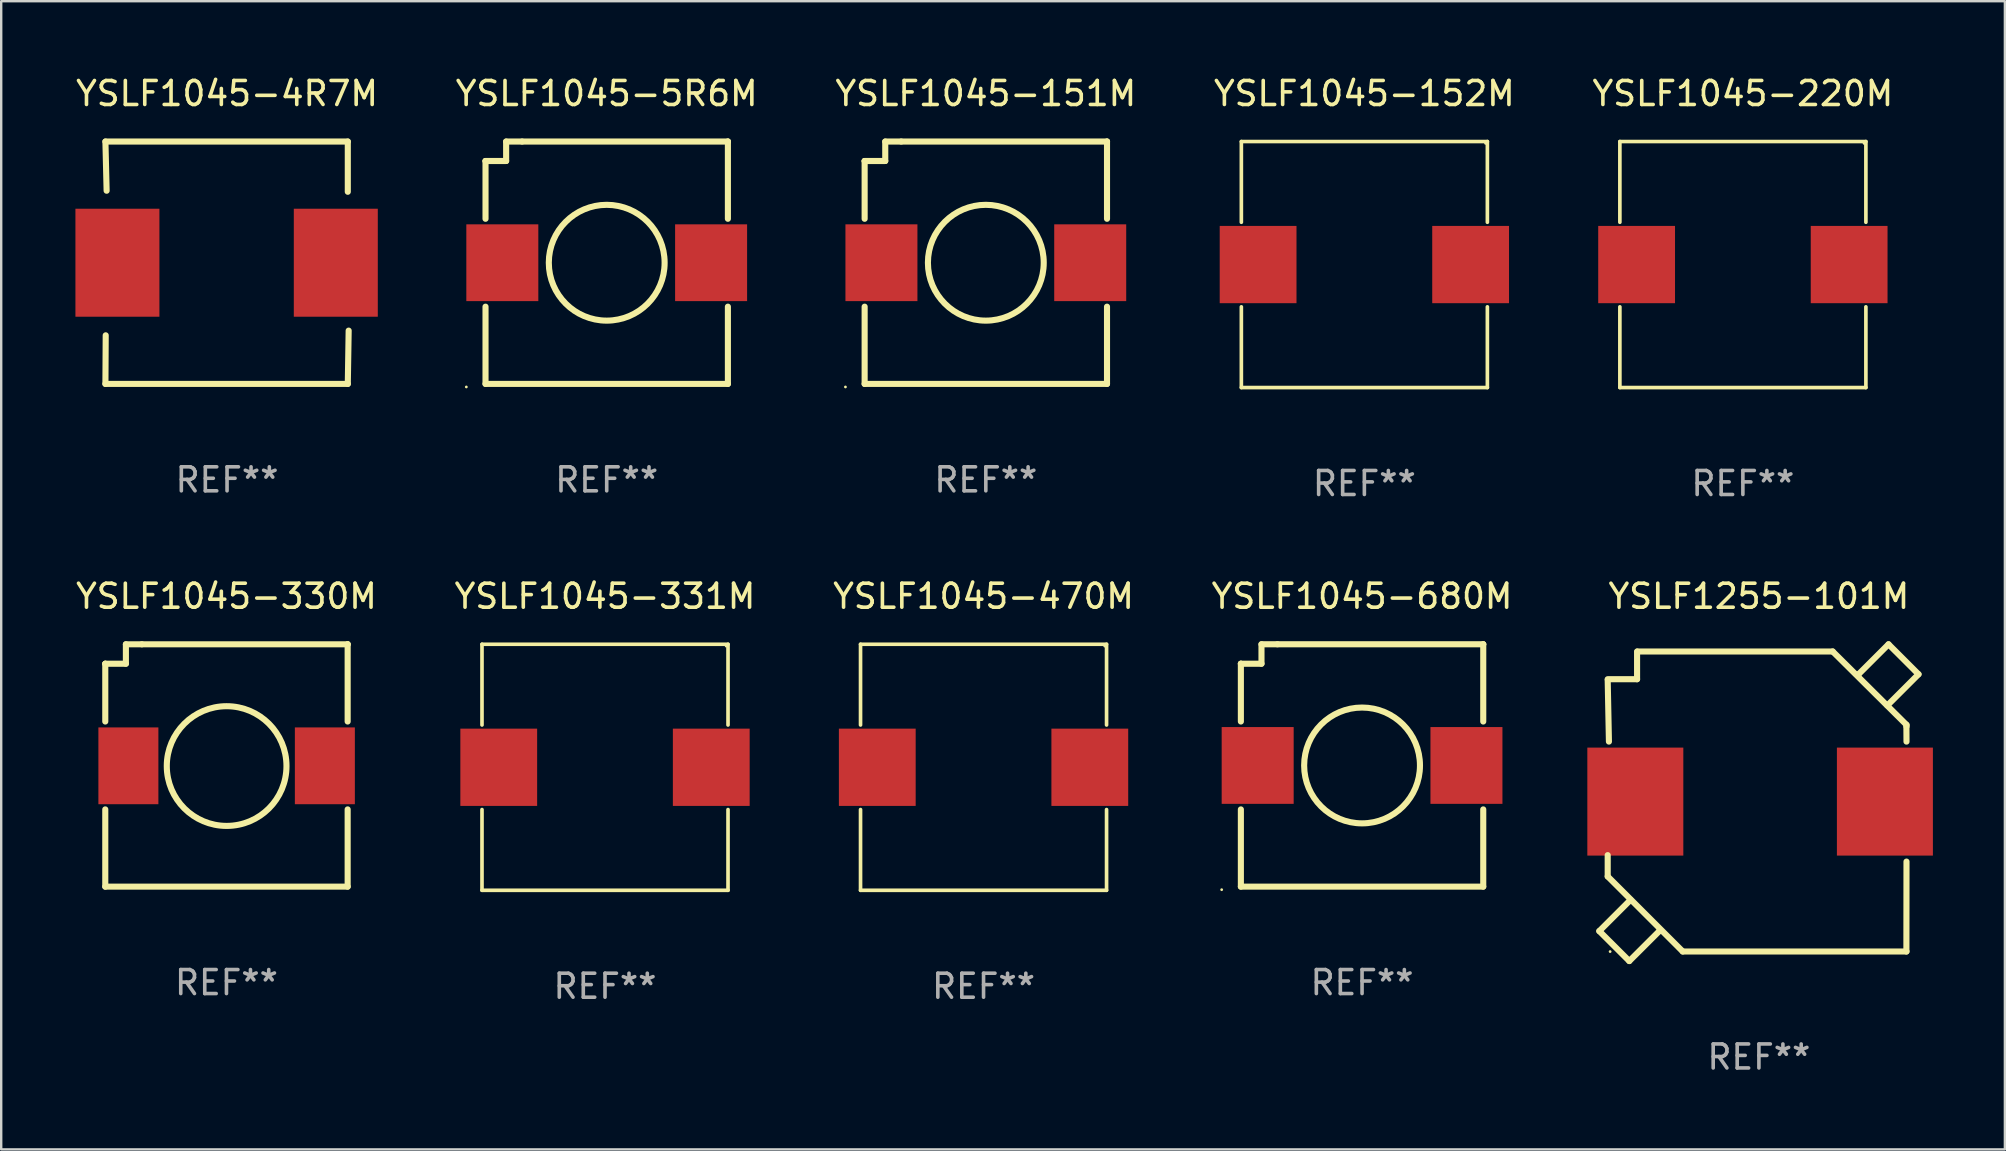
<source format=kicad_pcb>
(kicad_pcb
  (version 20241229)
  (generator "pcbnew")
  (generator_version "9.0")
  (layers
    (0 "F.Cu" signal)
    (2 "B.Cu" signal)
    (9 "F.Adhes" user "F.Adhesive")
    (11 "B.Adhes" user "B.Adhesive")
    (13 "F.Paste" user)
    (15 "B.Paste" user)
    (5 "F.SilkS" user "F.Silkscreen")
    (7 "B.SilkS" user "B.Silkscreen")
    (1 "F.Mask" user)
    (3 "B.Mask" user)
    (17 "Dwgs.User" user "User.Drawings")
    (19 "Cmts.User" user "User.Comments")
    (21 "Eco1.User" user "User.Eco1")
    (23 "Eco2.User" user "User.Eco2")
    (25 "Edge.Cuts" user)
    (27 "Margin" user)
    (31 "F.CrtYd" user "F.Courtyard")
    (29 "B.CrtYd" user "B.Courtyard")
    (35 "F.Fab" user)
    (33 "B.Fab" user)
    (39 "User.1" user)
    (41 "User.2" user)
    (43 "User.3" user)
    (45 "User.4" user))
  (footprint "YSLF1045-5R6M"
    (layer "F.Cu")
    (at 22.232 7.898)
    (property "Reference" "YSLF1045-5R6M" (at 0 -7.05 0) (layer "F.SilkS") (effects (font (size 1 1) (thickness 0.15))))
    (attr through_hole)
    (fp_line (start -5.05 -4.239) (end -5.05 -1.831) (stroke (width 0.254) (type solid)) (layer "F.SilkS"))
    (fp_line (start -5.05 5.05) (end -5.05 1.831) (stroke (width 0.254) (type solid)) (layer "F.SilkS"))
    (fp_line (start -5.05 -4.239) (end -5.05 -4.239) (stroke (width 0.254) (type solid)) (layer "F.SilkS"))
    (fp_line (start -5.05 -4.239) (end -4.191 -4.239) (stroke (width 0.254) (type solid)) (layer "F.SilkS"))
    (fp_line (start -4.191 -5.05) (end -3.526 -5.05) (stroke (width 0.254) (type solid)) (layer "F.SilkS"))
    (fp_line (start -4.191 -4.239) (end -4.191 -5.05) (stroke (width 0.254) (type solid)) (layer "F.SilkS"))
    (fp_line (start -3.526 -5.05) (end 5.05 -5.05) (stroke (width 0.254) (type solid)) (layer "F.SilkS"))
    (fp_line (start 5.05 -5.05) (end 5.05 -1.831) (stroke (width 0.254) (type solid)) (layer "F.SilkS"))
    (fp_line (start 5.05 -5.05) (end 5.05 -5.05) (stroke (width 0.254) (type solid)) (layer "F.SilkS"))
    (fp_line (start 5.05 1.831) (end 5.05 5.05) (stroke (width 0.254) (type solid)) (layer "F.SilkS"))
    (fp_line (start 5.05 5.05) (end -5.05 5.05) (stroke (width 0.254) (type solid)) (layer "F.SilkS"))
    (fp_circle (center -5.85 5.177) (end -5.82 5.177) (stroke (width 0.06) (type solid)) (fill no) (layer "F.SilkS"))
    (fp_circle (center 0 0) (end 2.413 0) (stroke (width 0.254) (type solid)) (fill no) (layer "F.SilkS"))
    (fp_text user "REF**" (at 0 9.05 0) (layer "F.Fab") (effects (font (size 1 1) (thickness 0.15))))
    (pad "1" smd rect (at -4.35 0 90) (size 3.2 3) (layers "F.Cu" "F.Mask" "F.Paste"))
    (pad "2" smd rect (at 4.35 0 90) (size 3.2 3) (layers "F.Cu" "F.Mask" "F.Paste")))
  (footprint "YSLF1045-330M"
    (layer "F.Cu")
    (at 6.387 28.847)
    (property "Reference" "YSLF1045-330M" (at 0 -7.05 0) (layer "F.SilkS") (effects (font (size 1 1) (thickness 0.15))))
    (attr through_hole)
    (fp_line (start -5.05 -4.239) (end -5.05 -1.831) (stroke (width 0.254) (type solid)) (layer "F.SilkS"))
    (fp_line (start -5.05 5.05) (end -5.05 1.831) (stroke (width 0.254) (type solid)) (layer "F.SilkS"))
    (fp_line (start -5.05 -4.239) (end -5.05 -4.239) (stroke (width 0.254) (type solid)) (layer "F.SilkS"))
    (fp_line (start -5.05 -4.239) (end -4.191 -4.239) (stroke (width 0.254) (type solid)) (layer "F.SilkS"))
    (fp_line (start -4.191 -5.049) (end -3.526 -5.049) (stroke (width 0.254) (type solid)) (layer "F.SilkS"))
    (fp_line (start -4.191 -4.239) (end -4.191 -5.049) (stroke (width 0.254) (type solid)) (layer "F.SilkS"))
    (fp_line (start -3.526 -5.049) (end 5.05 -5.049) (stroke (width 0.254) (type solid)) (layer "F.SilkS"))
    (fp_line (start 5.05 -5.05) (end 5.05 -1.831) (stroke (width 0.254) (type solid)) (layer "F.SilkS"))
    (fp_line (start 5.05 -5.049) (end 5.05 -5.05) (stroke (width 0.254) (type solid)) (layer "F.SilkS"))
    (fp_line (start 5.05 1.831) (end 5.05 5.05) (stroke (width 0.254) (type solid)) (layer "F.SilkS"))
    (fp_line (start 5.05 5.05) (end -5.05 5.05) (stroke (width 0.254) (type solid)) (layer "F.SilkS"))
    (fp_circle (center -5.044 5.065) (end -5.014 5.065) (stroke (width 0.06) (type solid)) (fill no) (layer "F.SilkS"))
    (fp_circle (center 0.007 0.025) (end 2.501 0.025) (stroke (width 0.254) (type solid)) (fill no) (layer "F.SilkS"))
    (fp_text user "REF**" (at 0 9.05 0) (layer "F.Fab") (effects (font (size 1 1) (thickness 0.15))))
    (pad "1" smd rect (at -4.087 0.015 90) (size 3.2 2.5) (layers "F.Cu" "F.Mask" "F.Paste"))
    (pad "2" smd rect (at 4.1 0.015 90) (size 3.2 2.5) (layers "F.Cu" "F.Mask" "F.Paste")))
  (footprint "YSLF1045-4R7M"
    (layer "F.Cu")
    (at 6.411 7.898)
    (property "Reference" "YSLF1045-4R7M" (at 0 -7.05 0) (layer "F.SilkS") (effects (font (size 1 1) (thickness 0.15))))
    (attr through_hole)
    (fp_line (start -5.068 -5.05) (end 5.032 -5.05) (stroke (width 0.254) (type solid)) (layer "F.SilkS"))
    (fp_line (start -5.068 5.05) (end -5.056 3.025) (stroke (width 0.254) (type solid)) (layer "F.SilkS"))
    (fp_line (start -5.018 -3) (end -5.068 -5.05) (stroke (width 0.254) (type solid)) (layer "F.SilkS"))
    (fp_line (start 5.032 -5.05) (end 5.032 -2.956) (stroke (width 0.254) (type solid)) (layer "F.SilkS"))
    (fp_line (start 5.032 5.05) (end -5.068 5.05) (stroke (width 0.254) (type solid)) (layer "F.SilkS"))
    (fp_line (start 5.068 2.829) (end 5.032 5.05) (stroke (width 0.254) (type solid)) (layer "F.SilkS"))
    (fp_circle (center -5.068 5.05) (end -5.038 5.05) (stroke (width 0.06) (type solid)) (fill no) (layer "F.SilkS"))
    (fp_text user "REF**" (at 0 9.05 0) (layer "F.Fab") (effects (font (size 1 1) (thickness 0.15))))
    (pad "1" smd rect (at -4.568 0 90) (size 4.5 3.5) (layers "F.Cu" "F.Mask" "F.Paste"))
    (pad "2" smd rect (at 4.532 0 90) (size 4.5 3.5) (layers "F.Cu" "F.Mask" "F.Paste")))
  (footprint "YSLF1255-101M"
    (layer "F.Cu")
    (at 70.245 30.398)
    (property "Reference" "YSLF1255-101M" (at 0 -8.6 0) (layer "F.SilkS") (effects (font (size 1 1) (thickness 0.15))))
    (attr through_hole)
    (fp_line (start -6.651 5.351) (end -5.401 6.6) (stroke (width 0.254) (type solid)) (layer "F.SilkS"))
    (fp_line (start -6.301 2.186) (end -6.301 3.074) (stroke (width 0.254) (type solid)) (layer "F.SilkS"))
    (fp_line (start -6.301 3.074) (end -3.174 6.201) (stroke (width 0.254) (type solid)) (layer "F.SilkS"))
    (fp_line (start -6.25 -2.545) (end -6.301 -5.108) (stroke (width 0.254) (type solid)) (layer "F.SilkS"))
    (fp_line (start -5.401 6.6) (end -4.151 5.351) (stroke (width 0.254) (type solid)) (layer "F.SilkS"))
    (fp_line (start -5.35 4.05) (end -6.651 5.351) (stroke (width 0.254) (type solid)) (layer "F.SilkS"))
    (fp_line (start -5.077 -6.3) (end -5.077 -5.145) (stroke (width 0.254) (type solid)) (layer "F.SilkS"))
    (fp_line (start -5.077 -5.145) (end -6.301 -5.145) (stroke (width 0.254) (type solid)) (layer "F.SilkS"))
    (fp_line (start -4.151 5.351) (end -4.15 5.35) (stroke (width 0.254) (type solid)) (layer "F.SilkS"))
    (fp_line (start -3.174 6.201) (end 6.15 6.201) (stroke (width 0.254) (type solid)) (layer "F.SilkS"))
    (fp_line (start 3.074 -6.301) (end 6.15 -3.245) (stroke (width 0.254) (type solid)) (layer "F.SilkS"))
    (fp_line (start 3.075 -6.3) (end -5.058 -6.3) (stroke (width 0.254) (type solid)) (layer "F.SilkS"))
    (fp_line (start 4.151 -5.351) (end 4.15 -5.35) (stroke (width 0.254) (type solid)) (layer "F.SilkS"))
    (fp_line (start 5.35 -4.05) (end 6.651 -5.351) (stroke (width 0.254) (type solid)) (layer "F.SilkS"))
    (fp_line (start 5.401 -6.6) (end 4.151 -5.351) (stroke (width 0.254) (type solid)) (layer "F.SilkS"))
    (fp_line (start 6.146 6.201) (end 6.15 2.455) (stroke (width 0.254) (type solid)) (layer "F.SilkS"))
    (fp_line (start 6.15 -3.245) (end 6.15 -3.174) (stroke (width 0.254) (type solid)) (layer "F.SilkS"))
    (fp_line (start 6.15 -2.545) (end 6.146 -3.174) (stroke (width 0.254) (type solid)) (layer "F.SilkS"))
    (fp_line (start 6.651 -5.351) (end 5.401 -6.6) (stroke (width 0.254) (type solid)) (layer "F.SilkS"))
    (fp_circle (center -6.2 6.205) (end -6.17 6.205) (stroke (width 0.06) (type solid)) (fill no) (layer "F.SilkS"))
    (fp_text user "REF**" (at 0 10.6 0) (layer "F.Fab") (effects (font (size 1 1) (thickness 0.15))))
    (pad "1" smd rect (at -5.15 -0.045) (size 4 4.5) (layers "F.Cu" "F.Mask" "F.Paste"))
    (pad "2" smd rect (at 5.25 -0.045) (size 4 4.5) (layers "F.Cu" "F.Mask" "F.Paste")))
  (footprint "YSLF1045-680M"
    (layer "F.Cu")
    (at 53.708 28.847)
    (property "Reference" "YSLF1045-680M" (at 0 -7.05 0) (layer "F.SilkS") (effects (font (size 1 1) (thickness 0.15))))
    (attr through_hole)
    (fp_line (start -5.05 -4.239) (end -5.05 -1.831) (stroke (width 0.254) (type solid)) (layer "F.SilkS"))
    (fp_line (start -5.05 5.05) (end -5.05 1.831) (stroke (width 0.254) (type solid)) (layer "F.SilkS"))
    (fp_line (start -5.05 -4.239) (end -5.05 -4.239) (stroke (width 0.254) (type solid)) (layer "F.SilkS"))
    (fp_line (start -5.05 -4.239) (end -4.191 -4.239) (stroke (width 0.254) (type solid)) (layer "F.SilkS"))
    (fp_line (start -4.191 -5.05) (end -3.526 -5.05) (stroke (width 0.254) (type solid)) (layer "F.SilkS"))
    (fp_line (start -4.191 -4.239) (end -4.191 -5.05) (stroke (width 0.254) (type solid)) (layer "F.SilkS"))
    (fp_line (start -3.526 -5.05) (end 5.05 -5.05) (stroke (width 0.254) (type solid)) (layer "F.SilkS"))
    (fp_line (start 5.05 -5.05) (end 5.05 -1.831) (stroke (width 0.254) (type solid)) (layer "F.SilkS"))
    (fp_line (start 5.05 -5.05) (end 5.05 -5.05) (stroke (width 0.254) (type solid)) (layer "F.SilkS"))
    (fp_line (start 5.05 1.831) (end 5.05 5.05) (stroke (width 0.254) (type solid)) (layer "F.SilkS"))
    (fp_line (start 5.05 5.05) (end -5.05 5.05) (stroke (width 0.254) (type solid)) (layer "F.SilkS"))
    (fp_circle (center -5.85 5.177) (end -5.82 5.177) (stroke (width 0.06) (type solid)) (fill no) (layer "F.SilkS"))
    (fp_circle (center 0 0) (end 2.413 0) (stroke (width 0.254) (type solid)) (fill no) (layer "F.SilkS"))
    (fp_text user "REF**" (at 0 9.05 0) (layer "F.Fab") (effects (font (size 1 1) (thickness 0.15))))
    (pad "1" smd rect (at -4.35 0 90) (size 3.2 3) (layers "F.Cu" "F.Mask" "F.Paste"))
    (pad "2" smd rect (at 4.35 0 90) (size 3.2 3) (layers "F.Cu" "F.Mask" "F.Paste")))
  (footprint "YSLF1045-151M"
    (layer "F.Cu")
    (at 38.03 7.898)
    (property "Reference" "YSLF1045-151M" (at 0 -7.05 0) (layer "F.SilkS") (effects (font (size 1 1) (thickness 0.15))))
    (attr through_hole)
    (fp_line (start -5.05 -4.239) (end -5.05 -1.831) (stroke (width 0.254) (type solid)) (layer "F.SilkS"))
    (fp_line (start -5.05 5.05) (end -5.05 1.831) (stroke (width 0.254) (type solid)) (layer "F.SilkS"))
    (fp_line (start -5.05 -4.239) (end -5.05 -4.239) (stroke (width 0.254) (type solid)) (layer "F.SilkS"))
    (fp_line (start -5.05 -4.239) (end -4.191 -4.239) (stroke (width 0.254) (type solid)) (layer "F.SilkS"))
    (fp_line (start -4.191 -5.05) (end -3.526 -5.05) (stroke (width 0.254) (type solid)) (layer "F.SilkS"))
    (fp_line (start -4.191 -4.239) (end -4.191 -5.05) (stroke (width 0.254) (type solid)) (layer "F.SilkS"))
    (fp_line (start -3.526 -5.05) (end 5.05 -5.05) (stroke (width 0.254) (type solid)) (layer "F.SilkS"))
    (fp_line (start 5.05 -5.05) (end 5.05 -1.831) (stroke (width 0.254) (type solid)) (layer "F.SilkS"))
    (fp_line (start 5.05 -5.05) (end 5.05 -5.05) (stroke (width 0.254) (type solid)) (layer "F.SilkS"))
    (fp_line (start 5.05 1.831) (end 5.05 5.05) (stroke (width 0.254) (type solid)) (layer "F.SilkS"))
    (fp_line (start 5.05 5.05) (end -5.05 5.05) (stroke (width 0.254) (type solid)) (layer "F.SilkS"))
    (fp_circle (center -5.85 5.177) (end -5.82 5.177) (stroke (width 0.06) (type solid)) (fill no) (layer "F.SilkS"))
    (fp_circle (center 0 0) (end 2.413 0) (stroke (width 0.254) (type solid)) (fill no) (layer "F.SilkS"))
    (fp_text user "REF**" (at 0 9.05 0) (layer "F.Fab") (effects (font (size 1 1) (thickness 0.15))))
    (pad "1" smd rect (at -4.35 0 90) (size 3.2 3) (layers "F.Cu" "F.Mask" "F.Paste"))
    (pad "2" smd rect (at 4.35 0 90) (size 3.2 3) (layers "F.Cu" "F.Mask" "F.Paste")))
  (footprint "YSLF1045-331M"
    (layer "F.Cu")
    (at 22.161 28.923)
    (property "Reference" "YSLF1045-331M" (at 0 -7.126 0) (layer "F.SilkS") (effects (font (size 1 1) (thickness 0.15))))
    (attr through_hole)
    (fp_line (start -5.126 -5.126) (end 5.126 -5.126) (stroke (width 0.152) (type solid)) (layer "F.SilkS"))
    (fp_line (start -5.126 -1.762) (end -5.126 -5.126) (stroke (width 0.152) (type solid)) (layer "F.SilkS"))
    (fp_line (start -5.126 1.762) (end -5.126 5.126) (stroke (width 0.152) (type solid)) (layer "F.SilkS"))
    (fp_line (start -5.126 5.126) (end 5.126 5.126) (stroke (width 0.152) (type solid)) (layer "F.SilkS"))
    (fp_line (start 5.126 -5.126) (end 5.126 -1.762) (stroke (width 0.152) (type solid)) (layer "F.SilkS"))
    (fp_line (start 5.126 5.126) (end 5.126 1.762) (stroke (width 0.152) (type solid)) (layer "F.SilkS"))
    (fp_circle (center 5.05 -5.05) (end 5.08 -5.05) (stroke (width 0.06) (type solid)) (fill no) (layer "F.SilkS"))
    (fp_text user "REF**" (at 0 9.126 0) (layer "F.Fab") (effects (font (size 1 1) (thickness 0.15))))
    (pad "1" smd rect (at 4.428 0) (size 3.2 3.22) (layers "F.Cu" "F.Mask" "F.Paste"))
    (pad "2" smd rect (at -4.428 0) (size 3.2 3.22) (layers "F.Cu" "F.Mask" "F.Paste")))
  (footprint "YSLF1045-220M"
    (layer "F.Cu")
    (at 69.577 7.974)
    (property "Reference" "YSLF1045-220M" (at 0 -7.126 0) (layer "F.SilkS") (effects (font (size 1 1) (thickness 0.15))))
    (attr through_hole)
    (fp_line (start -5.126 -5.126) (end 5.126 -5.126) (stroke (width 0.152) (type solid)) (layer "F.SilkS"))
    (fp_line (start -5.126 -1.762) (end -5.126 -5.126) (stroke (width 0.152) (type solid)) (layer "F.SilkS"))
    (fp_line (start -5.126 1.762) (end -5.126 5.126) (stroke (width 0.152) (type solid)) (layer "F.SilkS"))
    (fp_line (start -5.126 5.126) (end 5.126 5.126) (stroke (width 0.152) (type solid)) (layer "F.SilkS"))
    (fp_line (start 5.126 -5.126) (end 5.126 -1.762) (stroke (width 0.152) (type solid)) (layer "F.SilkS"))
    (fp_line (start 5.126 5.126) (end 5.126 1.762) (stroke (width 0.152) (type solid)) (layer "F.SilkS"))
    (fp_circle (center 5.05 -5.05) (end 5.08 -5.05) (stroke (width 0.06) (type solid)) (fill no) (layer "F.SilkS"))
    (fp_text user "REF**" (at 0 9.126 0) (layer "F.Fab") (effects (font (size 1 1) (thickness 0.15))))
    (pad "1" smd rect (at 4.428 0) (size 3.2 3.22) (layers "F.Cu" "F.Mask" "F.Paste"))
    (pad "2" smd rect (at -4.428 0) (size 3.2 3.22) (layers "F.Cu" "F.Mask" "F.Paste")))
  (footprint "YSLF1045-152M"
    (layer "F.Cu")
    (at 53.804 7.974)
    (property "Reference" "YSLF1045-152M" (at 0 -7.126 0) (layer "F.SilkS") (effects (font (size 1 1) (thickness 0.15))))
    (attr through_hole)
    (fp_line (start -5.126 -5.126) (end 5.126 -5.126) (stroke (width 0.152) (type solid)) (layer "F.SilkS"))
    (fp_line (start -5.126 -1.762) (end -5.126 -5.126) (stroke (width 0.152) (type solid)) (layer "F.SilkS"))
    (fp_line (start -5.126 1.762) (end -5.126 5.126) (stroke (width 0.152) (type solid)) (layer "F.SilkS"))
    (fp_line (start -5.126 5.126) (end 5.126 5.126) (stroke (width 0.152) (type solid)) (layer "F.SilkS"))
    (fp_line (start 5.126 -5.126) (end 5.126 -1.762) (stroke (width 0.152) (type solid)) (layer "F.SilkS"))
    (fp_line (start 5.126 5.126) (end 5.126 1.762) (stroke (width 0.152) (type solid)) (layer "F.SilkS"))
    (fp_circle (center 5.05 -5.05) (end 5.08 -5.05) (stroke (width 0.06) (type solid)) (fill no) (layer "F.SilkS"))
    (fp_text user "REF**" (at 0 9.126 0) (layer "F.Fab") (effects (font (size 1 1) (thickness 0.15))))
    (pad "1" smd rect (at 4.428 0) (size 3.2 3.22) (layers "F.Cu" "F.Mask" "F.Paste"))
    (pad "2" smd rect (at -4.428 0) (size 3.2 3.22) (layers "F.Cu" "F.Mask" "F.Paste")))
  (footprint "YSLF1045-470M"
    (layer "F.Cu")
    (at 37.935 28.923)
    (property "Reference" "YSLF1045-470M" (at 0 -7.126 0) (layer "F.SilkS") (effects (font (size 1 1) (thickness 0.15))))
    (attr through_hole)
    (fp_line (start -5.126 -5.126) (end 5.126 -5.126) (stroke (width 0.152) (type solid)) (layer "F.SilkS"))
    (fp_line (start -5.126 -1.762) (end -5.126 -5.126) (stroke (width 0.152) (type solid)) (layer "F.SilkS"))
    (fp_line (start -5.126 1.762) (end -5.126 5.126) (stroke (width 0.152) (type solid)) (layer "F.SilkS"))
    (fp_line (start -5.126 5.126) (end 5.126 5.126) (stroke (width 0.152) (type solid)) (layer "F.SilkS"))
    (fp_line (start 5.126 -5.126) (end 5.126 -1.762) (stroke (width 0.152) (type solid)) (layer "F.SilkS"))
    (fp_line (start 5.126 5.126) (end 5.126 1.762) (stroke (width 0.152) (type solid)) (layer "F.SilkS"))
    (fp_circle (center 5.05 -5.05) (end 5.08 -5.05) (stroke (width 0.06) (type solid)) (fill no) (layer "F.SilkS"))
    (fp_text user "REF**" (at 0 9.126 0) (layer "F.Fab") (effects (font (size 1 1) (thickness 0.15))))
    (pad "1" smd rect (at 4.428 0) (size 3.2 3.22) (layers "F.Cu" "F.Mask" "F.Paste"))
    (pad "2" smd rect (at -4.428 0) (size 3.2 3.22) (layers "F.Cu" "F.Mask" "F.Paste")))
  (gr_rect
    (start -3 -3)
    (end 80.495 44.846)
    (stroke (width 0.1) (type default))
    (fill no)
    (layer "Edge.Cuts")))
</source>
